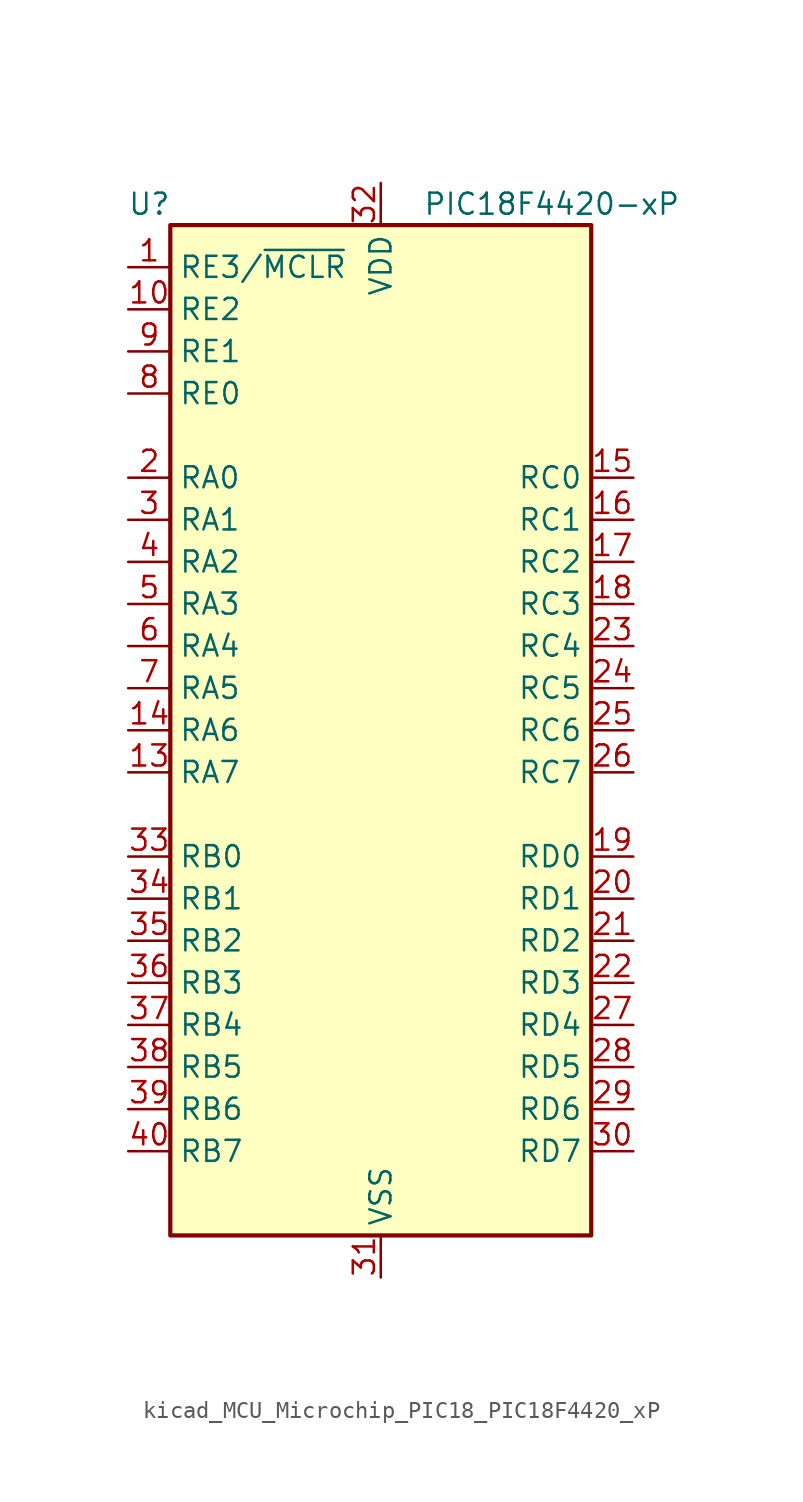
<source format=kicad_sym>
(kicad_symbol_lib
  (version 20220914)
  (generator kicad_symbol_editor)
  (symbol "kicad_MCU_Microchip_PIC18_PIC18F4420_xP"
    (property "Reference" "U"
      (at -13.97 31.75 0)
      (effects (font (size 1.27 1.27))))
    (property "Value" "PIC18F4420-xP"
      (at 2.54 31.75 0)
      (effects (font (size 1.27 1.27)) (justify left)))
    (symbol "kicad_MCU_Microchip_PIC18_PIC18F4420_xP_0_1"
      (rectangle (start -12.7 30.48) (end 12.7 -30.48) (stroke (width 0.254) (type default)) (fill (type background))))
    (symbol "kicad_MCU_Microchip_PIC18_PIC18F4420_xP_1_1"
      (pin input line (at -15.24 27.94 0) (length 2.54) (name "RE3/~{MCLR}" (effects (font (size 1.27 1.27)))) (number "1" (effects (font (size 1.27 1.27)))))
      (pin bidirectional line (at -15.24 25.4 0) (length 2.54) (name "RE2" (effects (font (size 1.27 1.27)))) (number "10" (effects (font (size 1.27 1.27)))))
      (pin passive line (at 0 33.02 270) (length 2.54) hide (name "VDD" (effects (font (size 1.27 1.27)))) (number "11" (effects (font (size 1.27 1.27)))))
      (pin passive line (at 0 -33.02 90) (length 2.54) hide (name "VSS" (effects (font (size 1.27 1.27)))) (number "12" (effects (font (size 1.27 1.27)))))
      (pin bidirectional line (at -15.24 -2.54 0) (length 2.54) (name "RA7" (effects (font (size 1.27 1.27)))) (number "13" (effects (font (size 1.27 1.27)))))
      (pin bidirectional line (at -15.24 0 0) (length 2.54) (name "RA6" (effects (font (size 1.27 1.27)))) (number "14" (effects (font (size 1.27 1.27)))))
      (pin bidirectional line (at 15.24 15.24 180) (length 2.54) (name "RC0" (effects (font (size 1.27 1.27)))) (number "15" (effects (font (size 1.27 1.27)))))
      (pin bidirectional line (at 15.24 12.7 180) (length 2.54) (name "RC1" (effects (font (size 1.27 1.27)))) (number "16" (effects (font (size 1.27 1.27)))))
      (pin bidirectional line (at 15.24 10.16 180) (length 2.54) (name "RC2" (effects (font (size 1.27 1.27)))) (number "17" (effects (font (size 1.27 1.27)))))
      (pin bidirectional line (at 15.24 7.62 180) (length 2.54) (name "RC3" (effects (font (size 1.27 1.27)))) (number "18" (effects (font (size 1.27 1.27)))))
      (pin bidirectional line (at 15.24 -7.62 180) (length 2.54) (name "RD0" (effects (font (size 1.27 1.27)))) (number "19" (effects (font (size 1.27 1.27)))))
      (pin bidirectional line (at -15.24 15.24 0) (length 2.54) (name "RA0" (effects (font (size 1.27 1.27)))) (number "2" (effects (font (size 1.27 1.27)))))
      (pin bidirectional line (at 15.24 -10.16 180) (length 2.54) (name "RD1" (effects (font (size 1.27 1.27)))) (number "20" (effects (font (size 1.27 1.27)))))
      (pin bidirectional line (at 15.24 -12.7 180) (length 2.54) (name "RD2" (effects (font (size 1.27 1.27)))) (number "21" (effects (font (size 1.27 1.27)))))
      (pin bidirectional line (at 15.24 -15.24 180) (length 2.54) (name "RD3" (effects (font (size 1.27 1.27)))) (number "22" (effects (font (size 1.27 1.27)))))
      (pin bidirectional line (at 15.24 5.08 180) (length 2.54) (name "RC4" (effects (font (size 1.27 1.27)))) (number "23" (effects (font (size 1.27 1.27)))))
      (pin bidirectional line (at 15.24 2.54 180) (length 2.54) (name "RC5" (effects (font (size 1.27 1.27)))) (number "24" (effects (font (size 1.27 1.27)))))
      (pin bidirectional line (at 15.24 0 180) (length 2.54) (name "RC6" (effects (font (size 1.27 1.27)))) (number "25" (effects (font (size 1.27 1.27)))))
      (pin bidirectional line (at 15.24 -2.54 180) (length 2.54) (name "RC7" (effects (font (size 1.27 1.27)))) (number "26" (effects (font (size 1.27 1.27)))))
      (pin bidirectional line (at 15.24 -17.78 180) (length 2.54) (name "RD4" (effects (font (size 1.27 1.27)))) (number "27" (effects (font (size 1.27 1.27)))))
      (pin bidirectional line (at 15.24 -20.32 180) (length 2.54) (name "RD5" (effects (font (size 1.27 1.27)))) (number "28" (effects (font (size 1.27 1.27)))))
      (pin bidirectional line (at 15.24 -22.86 180) (length 2.54) (name "RD6" (effects (font (size 1.27 1.27)))) (number "29" (effects (font (size 1.27 1.27)))))
      (pin bidirectional line (at -15.24 12.7 0) (length 2.54) (name "RA1" (effects (font (size 1.27 1.27)))) (number "3" (effects (font (size 1.27 1.27)))))
      (pin bidirectional line (at 15.24 -25.4 180) (length 2.54) (name "RD7" (effects (font (size 1.27 1.27)))) (number "30" (effects (font (size 1.27 1.27)))))
      (pin power_in line (at 0 -33.02 90) (length 2.54) (name "VSS" (effects (font (size 1.27 1.27)))) (number "31" (effects (font (size 1.27 1.27)))))
      (pin power_in line (at 0 33.02 270) (length 2.54) (name "VDD" (effects (font (size 1.27 1.27)))) (number "32" (effects (font (size 1.27 1.27)))))
      (pin bidirectional line (at -15.24 -7.62 0) (length 2.54) (name "RB0" (effects (font (size 1.27 1.27)))) (number "33" (effects (font (size 1.27 1.27)))))
      (pin bidirectional line (at -15.24 -10.16 0) (length 2.54) (name "RB1" (effects (font (size 1.27 1.27)))) (number "34" (effects (font (size 1.27 1.27)))))
      (pin bidirectional line (at -15.24 -12.7 0) (length 2.54) (name "RB2" (effects (font (size 1.27 1.27)))) (number "35" (effects (font (size 1.27 1.27)))))
      (pin bidirectional line (at -15.24 -15.24 0) (length 2.54) (name "RB3" (effects (font (size 1.27 1.27)))) (number "36" (effects (font (size 1.27 1.27)))))
      (pin bidirectional line (at -15.24 -17.78 0) (length 2.54) (name "RB4" (effects (font (size 1.27 1.27)))) (number "37" (effects (font (size 1.27 1.27)))))
      (pin bidirectional line (at -15.24 -20.32 0) (length 2.54) (name "RB5" (effects (font (size 1.27 1.27)))) (number "38" (effects (font (size 1.27 1.27)))))
      (pin bidirectional line (at -15.24 -22.86 0) (length 2.54) (name "RB6" (effects (font (size 1.27 1.27)))) (number "39" (effects (font (size 1.27 1.27)))))
      (pin bidirectional line (at -15.24 10.16 0) (length 2.54) (name "RA2" (effects (font (size 1.27 1.27)))) (number "4" (effects (font (size 1.27 1.27)))))
      (pin bidirectional line (at -15.24 -25.4 0) (length 2.54) (name "RB7" (effects (font (size 1.27 1.27)))) (number "40" (effects (font (size 1.27 1.27)))))
      (pin bidirectional line (at -15.24 7.62 0) (length 2.54) (name "RA3" (effects (font (size 1.27 1.27)))) (number "5" (effects (font (size 1.27 1.27)))))
      (pin bidirectional line (at -15.24 5.08 0) (length 2.54) (name "RA4" (effects (font (size 1.27 1.27)))) (number "6" (effects (font (size 1.27 1.27)))))
      (pin bidirectional line (at -15.24 2.54 0) (length 2.54) (name "RA5" (effects (font (size 1.27 1.27)))) (number "7" (effects (font (size 1.27 1.27)))))
      (pin bidirectional line (at -15.24 20.32 0) (length 2.54) (name "RE0" (effects (font (size 1.27 1.27)))) (number "8" (effects (font (size 1.27 1.27)))))
      (pin bidirectional line (at -15.24 22.86 0) (length 2.54) (name "RE1" (effects (font (size 1.27 1.27)))) (number "9" (effects (font (size 1.27 1.27))))))))
</source>
